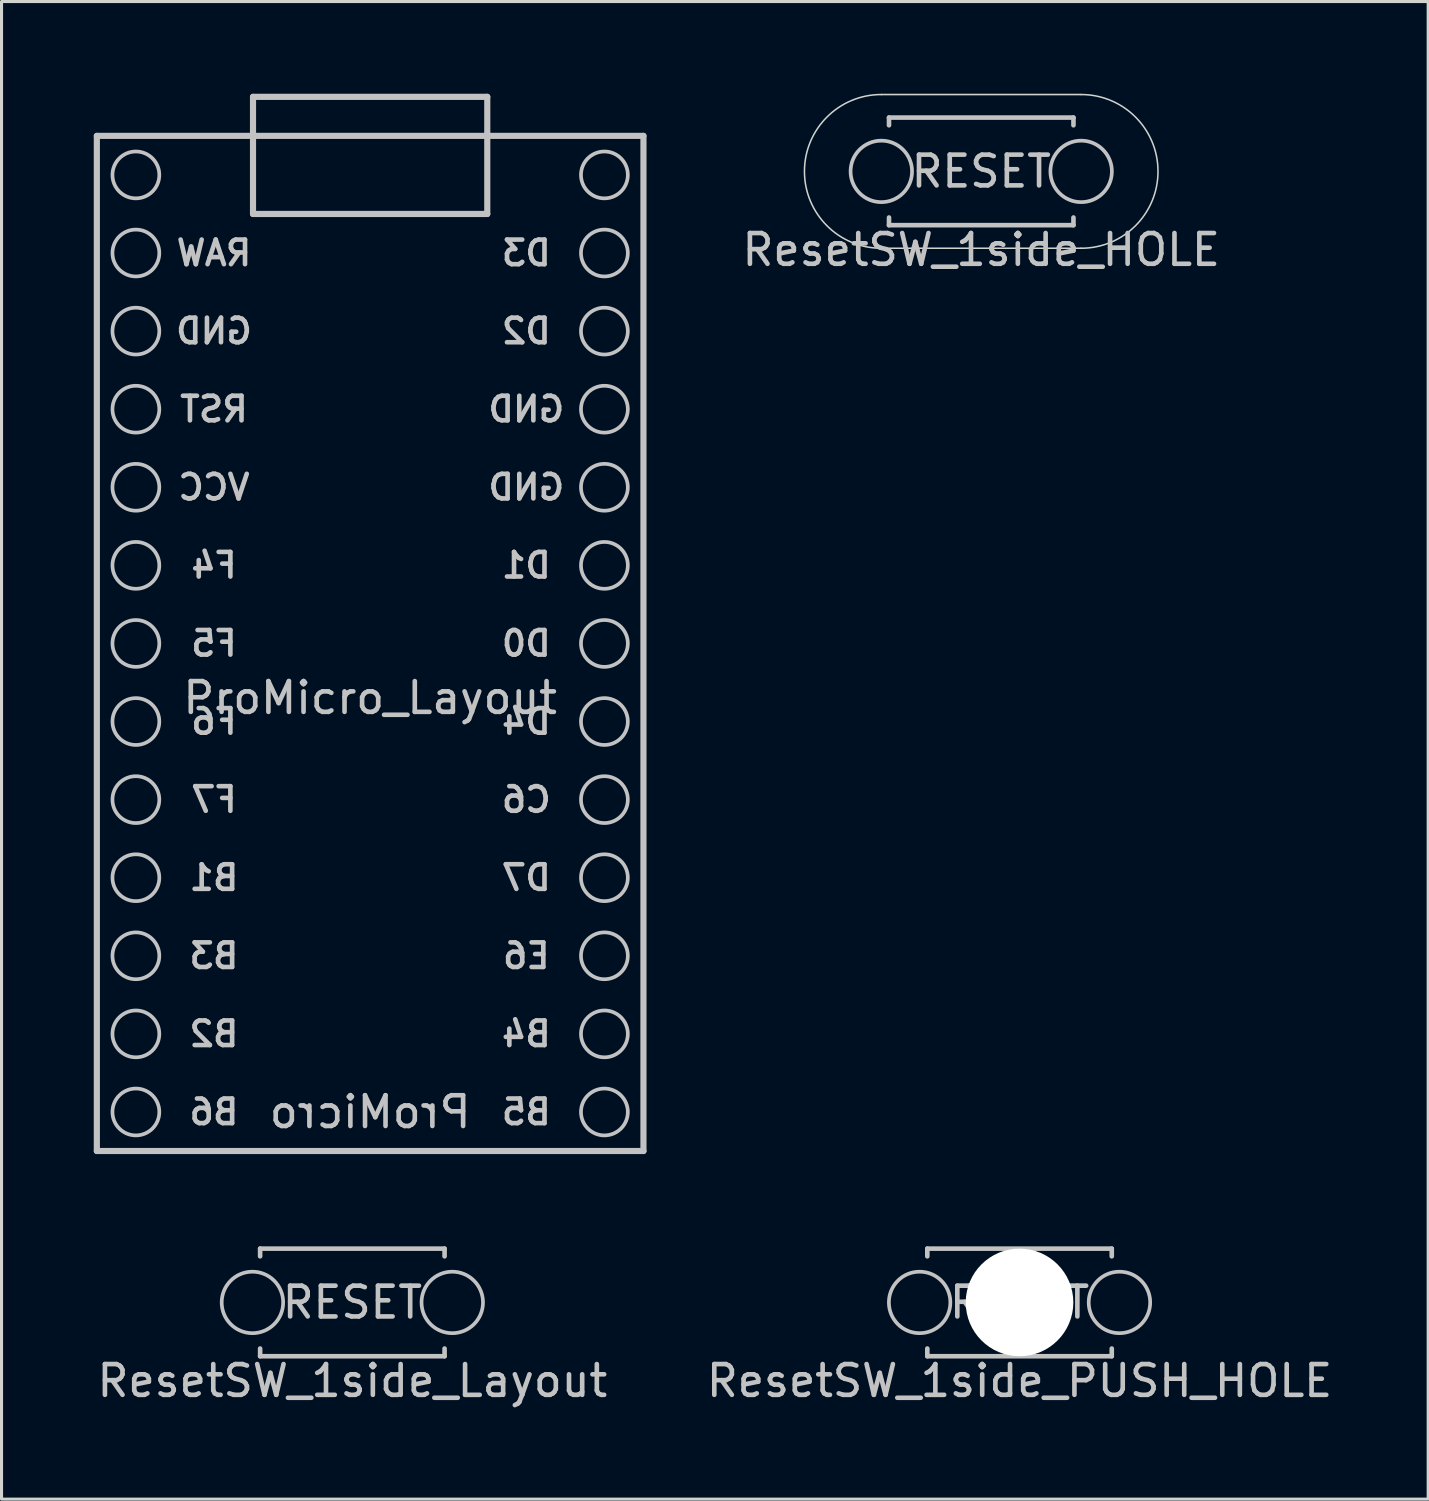
<source format=kicad_pcb>
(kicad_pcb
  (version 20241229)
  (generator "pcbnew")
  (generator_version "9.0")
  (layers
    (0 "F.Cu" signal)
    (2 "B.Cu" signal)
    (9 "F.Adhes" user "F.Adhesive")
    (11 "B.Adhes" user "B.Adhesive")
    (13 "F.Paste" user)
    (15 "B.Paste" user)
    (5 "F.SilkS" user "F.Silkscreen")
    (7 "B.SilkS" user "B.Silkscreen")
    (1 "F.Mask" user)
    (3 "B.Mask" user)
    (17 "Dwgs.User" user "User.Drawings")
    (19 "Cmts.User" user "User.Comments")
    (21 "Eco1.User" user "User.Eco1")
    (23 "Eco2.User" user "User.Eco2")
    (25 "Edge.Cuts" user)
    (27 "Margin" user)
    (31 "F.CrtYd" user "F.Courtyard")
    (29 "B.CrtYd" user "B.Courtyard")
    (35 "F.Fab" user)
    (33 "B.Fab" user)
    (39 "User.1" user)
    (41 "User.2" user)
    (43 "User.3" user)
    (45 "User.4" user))
  (footprint "ResetSW_1side_HOLE"
    (layer "F.Cu")
    (at 28.867 2.525)
    (property "Reference" "ResetSW_1side_HOLE" (at 0 2.55 0) (layer "Dwgs.User") (effects (font (size 1 1) (thickness 0.15))))
    (attr through_hole)
    (fp_line (start -3 -1.75) (end -3 -1.5) (stroke (width 0.15) (type solid)) (layer "Dwgs.User"))
    (fp_line (start -3 -1.75) (end 3 -1.75) (stroke (width 0.15) (type solid)) (layer "Dwgs.User"))
    (fp_line (start -3 1.75) (end -3 1.5) (stroke (width 0.15) (type solid)) (layer "Dwgs.User"))
    (fp_line (start -3 1.75) (end 3 1.75) (stroke (width 0.15) (type solid)) (layer "Dwgs.User"))
    (fp_line (start 3 -1.75) (end 3 -1.5) (stroke (width 0.15) (type solid)) (layer "Dwgs.User"))
    (fp_line (start 3 1.75) (end 3 1.5) (stroke (width 0.15) (type solid)) (layer "Dwgs.User"))
    (fp_circle (center -3.25 0) (end -2.25 0) (stroke (width 0.12) (type solid)) (fill no) (layer "Dwgs.User"))
    (fp_circle (center 3.25 0) (end 4.25 0) (stroke (width 0.12) (type solid)) (fill no) (layer "Dwgs.User"))
    (fp_line (start -3.25 -2.5) (end 3.25 -2.5) (stroke (width 0.05) (type solid)) (layer "Edge.Cuts"))
    (fp_line (start -3.25 2.5) (end 3.25 2.5) (stroke (width 0.05) (type solid)) (layer "Edge.Cuts"))
    (fp_arc (start -3.25 2.5) (mid -5.75 0) (end -3.25 -2.5) (stroke (width 0.05) (type solid)) (layer "Edge.Cuts"))
    (fp_arc (start 3.25 -2.5) (mid 5.75 0) (end 3.25 2.5) (stroke (width 0.05) (type solid)) (layer "Edge.Cuts"))
    (fp_text user "RESET" (at 0 0 0) (layer "Dwgs.User") (effects (font (size 1 1) (thickness 0.15)))))
  (footprint "ResetSW_1side_PUSH_HOLE"
    (layer "F.Cu")
    (at 30.113 39.315)
    (property "Reference" "ResetSW_1side_PUSH_HOLE" (at 0 2.55 0) (layer "Dwgs.User") (effects (font (size 1 1) (thickness 0.15))))
    (attr through_hole)
    (fp_line (start -3 -1.75) (end -3 -1.5) (stroke (width 0.15) (type solid)) (layer "Dwgs.User"))
    (fp_line (start -3 -1.75) (end 3 -1.75) (stroke (width 0.15) (type solid)) (layer "Dwgs.User"))
    (fp_line (start -3 1.75) (end -3 1.5) (stroke (width 0.15) (type solid)) (layer "Dwgs.User"))
    (fp_line (start -3 1.75) (end 3 1.75) (stroke (width 0.15) (type solid)) (layer "Dwgs.User"))
    (fp_line (start 3 -1.75) (end 3 -1.5) (stroke (width 0.15) (type solid)) (layer "Dwgs.User"))
    (fp_line (start 3 1.75) (end 3 1.5) (stroke (width 0.15) (type solid)) (layer "Dwgs.User"))
    (fp_circle (center -3.25 0) (end -2.25 0) (stroke (width 0.12) (type solid)) (fill no) (layer "Dwgs.User"))
    (fp_circle (center 3.25 0) (end 4.25 0) (stroke (width 0.12) (type solid)) (fill no) (layer "Dwgs.User"))
    (fp_text user "RESET" (at 0 0 0) (layer "Dwgs.User") (effects (font (size 1 1) (thickness 0.15))))
    (pad "" np_thru_hole circle (at 0 0) (size 3.5 3.5) (drill 3.5) (layers "*.Cu" "*.Mask")))
  (footprint "ProMicro_Layout"
    (layer "F.Cu")
    (at 8.99 19.15)
    (property "Reference" "ProMicro_Layout" (at 0 0.5 0) (layer "Dwgs.User") (effects (font (size 1 1) (thickness 0.15))))
    (attr through_hole)
    (fp_line (start -8.89 -17.78) (end 8.89 -17.78) (stroke (width 0.2) (type solid)) (layer "Dwgs.User"))
    (fp_line (start -8.89 15.24) (end -8.89 -17.78) (stroke (width 0.2) (type solid)) (layer "Dwgs.User"))
    (fp_line (start -3.81 -19.05) (end -3.81 -15.24) (stroke (width 0.2) (type solid)) (layer "Dwgs.User"))
    (fp_line (start -3.81 -15.24) (end 3.81 -15.24) (stroke (width 0.2) (type solid)) (layer "Dwgs.User"))
    (fp_line (start 3.81 -19.05) (end -3.81 -19.05) (stroke (width 0.2) (type solid)) (layer "Dwgs.User"))
    (fp_line (start 3.81 -15.24) (end 3.81 -19.05) (stroke (width 0.2) (type solid)) (layer "Dwgs.User"))
    (fp_line (start 8.89 -17.78) (end 8.89 15.24) (stroke (width 0.2) (type solid)) (layer "Dwgs.User"))
    (fp_line (start 8.89 15.24) (end -8.89 15.24) (stroke (width 0.2) (type solid)) (layer "Dwgs.User"))
    (fp_circle (center -7.62 -16.51) (end -6.858 -16.51) (stroke (width 0.12) (type solid)) (fill no) (layer "Dwgs.User"))
    (fp_circle (center -7.62 -13.97) (end -6.858 -13.97) (stroke (width 0.12) (type solid)) (fill no) (layer "Dwgs.User"))
    (fp_circle (center -7.62 -11.43) (end -6.858 -11.43) (stroke (width 0.12) (type solid)) (fill no) (layer "Dwgs.User"))
    (fp_circle (center -7.62 -8.89) (end -6.858 -8.89) (stroke (width 0.12) (type solid)) (fill no) (layer "Dwgs.User"))
    (fp_circle (center -7.62 -6.35) (end -6.858 -6.35) (stroke (width 0.12) (type solid)) (fill no) (layer "Dwgs.User"))
    (fp_circle (center -7.62 -3.81) (end -6.858 -3.81) (stroke (width 0.12) (type solid)) (fill no) (layer "Dwgs.User"))
    (fp_circle (center -7.62 -1.27) (end -6.858 -1.27) (stroke (width 0.12) (type solid)) (fill no) (layer "Dwgs.User"))
    (fp_circle (center -7.62 1.27) (end -6.858 1.27) (stroke (width 0.12) (type solid)) (fill no) (layer "Dwgs.User"))
    (fp_circle (center -7.62 3.81) (end -6.858 3.81) (stroke (width 0.12) (type solid)) (fill no) (layer "Dwgs.User"))
    (fp_circle (center -7.62 6.35) (end -6.858 6.35) (stroke (width 0.12) (type solid)) (fill no) (layer "Dwgs.User"))
    (fp_circle (center -7.62 8.89) (end -6.858 8.89) (stroke (width 0.12) (type solid)) (fill no) (layer "Dwgs.User"))
    (fp_circle (center -7.62 11.43) (end -6.858 11.43) (stroke (width 0.12) (type solid)) (fill no) (layer "Dwgs.User"))
    (fp_circle (center -7.62 13.97) (end -6.858 13.97) (stroke (width 0.12) (type solid)) (fill no) (layer "Dwgs.User"))
    (fp_circle (center 7.62 -16.51) (end 8.382 -16.51) (stroke (width 0.12) (type solid)) (fill no) (layer "Dwgs.User"))
    (fp_circle (center 7.62 -13.97) (end 8.382 -13.97) (stroke (width 0.12) (type solid)) (fill no) (layer "Dwgs.User"))
    (fp_circle (center 7.62 -11.43) (end 8.382 -11.43) (stroke (width 0.12) (type solid)) (fill no) (layer "Dwgs.User"))
    (fp_circle (center 7.62 -8.89) (end 8.382 -8.89) (stroke (width 0.12) (type solid)) (fill no) (layer "Dwgs.User"))
    (fp_circle (center 7.62 -6.35) (end 8.382 -6.35) (stroke (width 0.12) (type solid)) (fill no) (layer "Dwgs.User"))
    (fp_circle (center 7.62 -3.81) (end 8.382 -3.81) (stroke (width 0.12) (type solid)) (fill no) (layer "Dwgs.User"))
    (fp_circle (center 7.62 -1.27) (end 8.382 -1.27) (stroke (width 0.12) (type solid)) (fill no) (layer "Dwgs.User"))
    (fp_circle (center 7.62 1.27) (end 8.382 1.27) (stroke (width 0.12) (type solid)) (fill no) (layer "Dwgs.User"))
    (fp_circle (center 7.62 3.81) (end 8.382 3.81) (stroke (width 0.12) (type solid)) (fill no) (layer "Dwgs.User"))
    (fp_circle (center 7.62 6.35) (end 8.382 6.35) (stroke (width 0.12) (type solid)) (fill no) (layer "Dwgs.User"))
    (fp_circle (center 7.62 8.89) (end 8.382 8.89) (stroke (width 0.12) (type solid)) (fill no) (layer "Dwgs.User"))
    (fp_circle (center 7.62 11.43) (end 8.382 11.43) (stroke (width 0.12) (type solid)) (fill no) (layer "Dwgs.User"))
    (fp_circle (center 7.62 13.97) (end 8.382 13.97) (stroke (width 0.12) (type solid)) (fill no) (layer "Dwgs.User"))
    (fp_text user "VCC" (at -5.08 -6.35 0) (unlocked yes) (layer "Dwgs.User") (effects (font (size 0.8 0.8) (thickness 0.15)) (justify mirror)))
    (fp_text user "F5" (at -5.08 -1.27 0) (unlocked yes) (layer "Dwgs.User") (effects (font (size 0.8 0.8) (thickness 0.15)) (justify mirror)))
    (fp_text user "F6" (at -5.08 1.27 0) (unlocked yes) (layer "Dwgs.User") (effects (font (size 0.8 0.8) (thickness 0.15)) (justify mirror)))
    (fp_text user "C6" (at 5.08 3.81 0) (unlocked yes) (layer "Dwgs.User") (effects (font (size 0.8 0.8) (thickness 0.15)) (justify mirror)))
    (fp_text user "GND" (at -5.08 -11.43 0) (unlocked yes) (layer "Dwgs.User") (effects (font (size 0.8 0.8) (thickness 0.15)) (justify mirror)))
    (fp_text user "RAW" (at -5.08 -13.97 0) (unlocked yes) (layer "Dwgs.User") (effects (font (size 0.8 0.8) (thickness 0.15)) (justify mirror)))
    (fp_text user "RST" (at -5.08 -8.89 0) (unlocked yes) (layer "Dwgs.User") (effects (font (size 0.8 0.8) (thickness 0.15)) (justify mirror)))
    (fp_text user "B2" (at -5.08 11.43 0) (unlocked yes) (layer "Dwgs.User") (effects (font (size 0.8 0.8) (thickness 0.15)) (justify mirror)))
    (fp_text user "B3" (at -5.08 8.89 0) (unlocked yes) (layer "Dwgs.User") (effects (font (size 0.8 0.8) (thickness 0.15)) (justify mirror)))
    (fp_text user "D3" (at 5.08 -13.97 0) (layer "Dwgs.User") (effects (font (size 0.8 0.8) (thickness 0.15)) (justify mirror)))
    (fp_text user "ProMicro" (at 0 13.97 0) (unlocked yes) (layer "Dwgs.User") (effects (font (size 1 1) (thickness 0.15)) (justify mirror)))
    (fp_text user "D7" (at 5.08 6.35 0) (unlocked yes) (layer "Dwgs.User") (effects (font (size 0.8 0.8) (thickness 0.15)) (justify mirror)))
    (fp_text user "D0" (at 5.08 -1.27 0) (unlocked yes) (layer "Dwgs.User") (effects (font (size 0.8 0.8) (thickness 0.15)) (justify mirror)))
    (fp_text user "B5" (at 5.08 13.97 0) (unlocked yes) (layer "Dwgs.User") (effects (font (size 0.8 0.8) (thickness 0.15)) (justify mirror)))
    (fp_text user "GND" (at 5.08 -6.35 0) (unlocked yes) (layer "Dwgs.User") (effects (font (size 0.8 0.8) (thickness 0.15)) (justify mirror)))
    (fp_text user "D1" (at 5.08 -3.81 0) (unlocked yes) (layer "Dwgs.User") (effects (font (size 0.8 0.8) (thickness 0.15)) (justify mirror)))
    (fp_text user "B1" (at -5.08 6.35 0) (layer "Dwgs.User") (effects (font (size 0.8 0.8) (thickness 0.15)) (justify mirror)))
    (fp_text user "F7" (at -5.08 3.81 0) (unlocked yes) (layer "Dwgs.User") (effects (font (size 0.8 0.8) (thickness 0.15)) (justify mirror)))
    (fp_text user "E6" (at 5.08 8.89 0) (unlocked yes) (layer "Dwgs.User") (effects (font (size 0.8 0.8) (thickness 0.15)) (justify mirror)))
    (fp_text user "B4" (at 5.08 11.43 0) (unlocked yes) (layer "Dwgs.User") (effects (font (size 0.8 0.8) (thickness 0.15)) (justify mirror)))
    (fp_text user "D4" (at 5.08 1.27 0) (unlocked yes) (layer "Dwgs.User") (effects (font (size 0.8 0.8) (thickness 0.15)) (justify mirror)))
    (fp_text user "F4" (at -5.08 -3.81 0) (unlocked yes) (layer "Dwgs.User") (effects (font (size 0.8 0.8) (thickness 0.15)) (justify mirror)))
    (fp_text user "B6" (at -5.08 13.97 0) (unlocked yes) (layer "Dwgs.User") (effects (font (size 0.8 0.8) (thickness 0.15)) (justify mirror)))
    (fp_text user "D2" (at 5.08 -11.43 0) (unlocked yes) (layer "Dwgs.User") (effects (font (size 0.8 0.8) (thickness 0.15)) (justify mirror)))
    (fp_text user "GND" (at 5.08 -8.89 0) (unlocked yes) (layer "Dwgs.User") (effects (font (size 0.8 0.8) (thickness 0.15)) (justify mirror))))
  (footprint "ResetSW_1side_Layout"
    (layer "F.Cu")
    (at 8.411 39.315)
    (property "Reference" "ResetSW_1side_Layout" (at 0 2.55 0) (layer "Dwgs.User") (effects (font (size 1 1) (thickness 0.15))))
    (attr through_hole)
    (fp_line (start -3 -1.75) (end -3 -1.5) (stroke (width 0.15) (type solid)) (layer "Dwgs.User"))
    (fp_line (start -3 -1.75) (end 3 -1.75) (stroke (width 0.15) (type solid)) (layer "Dwgs.User"))
    (fp_line (start -3 1.75) (end -3 1.5) (stroke (width 0.15) (type solid)) (layer "Dwgs.User"))
    (fp_line (start -3 1.75) (end 3 1.75) (stroke (width 0.15) (type solid)) (layer "Dwgs.User"))
    (fp_line (start 3 -1.75) (end 3 -1.5) (stroke (width 0.15) (type solid)) (layer "Dwgs.User"))
    (fp_line (start 3 1.75) (end 3 1.5) (stroke (width 0.15) (type solid)) (layer "Dwgs.User"))
    (fp_circle (center -3.25 0) (end -2.25 0) (stroke (width 0.12) (type solid)) (fill no) (layer "Dwgs.User"))
    (fp_circle (center 3.25 0) (end 4.25 0) (stroke (width 0.12) (type solid)) (fill no) (layer "Dwgs.User"))
    (fp_text user "RESET" (at 0 0 0) (layer "Dwgs.User") (effects (font (size 1 1) (thickness 0.15)))))
  (gr_rect
    (start -3 -3)
    (end 43.405 45.713)
    (stroke (width 0.1) (type default))
    (fill no)
    (layer "Edge.Cuts")))
</source>
